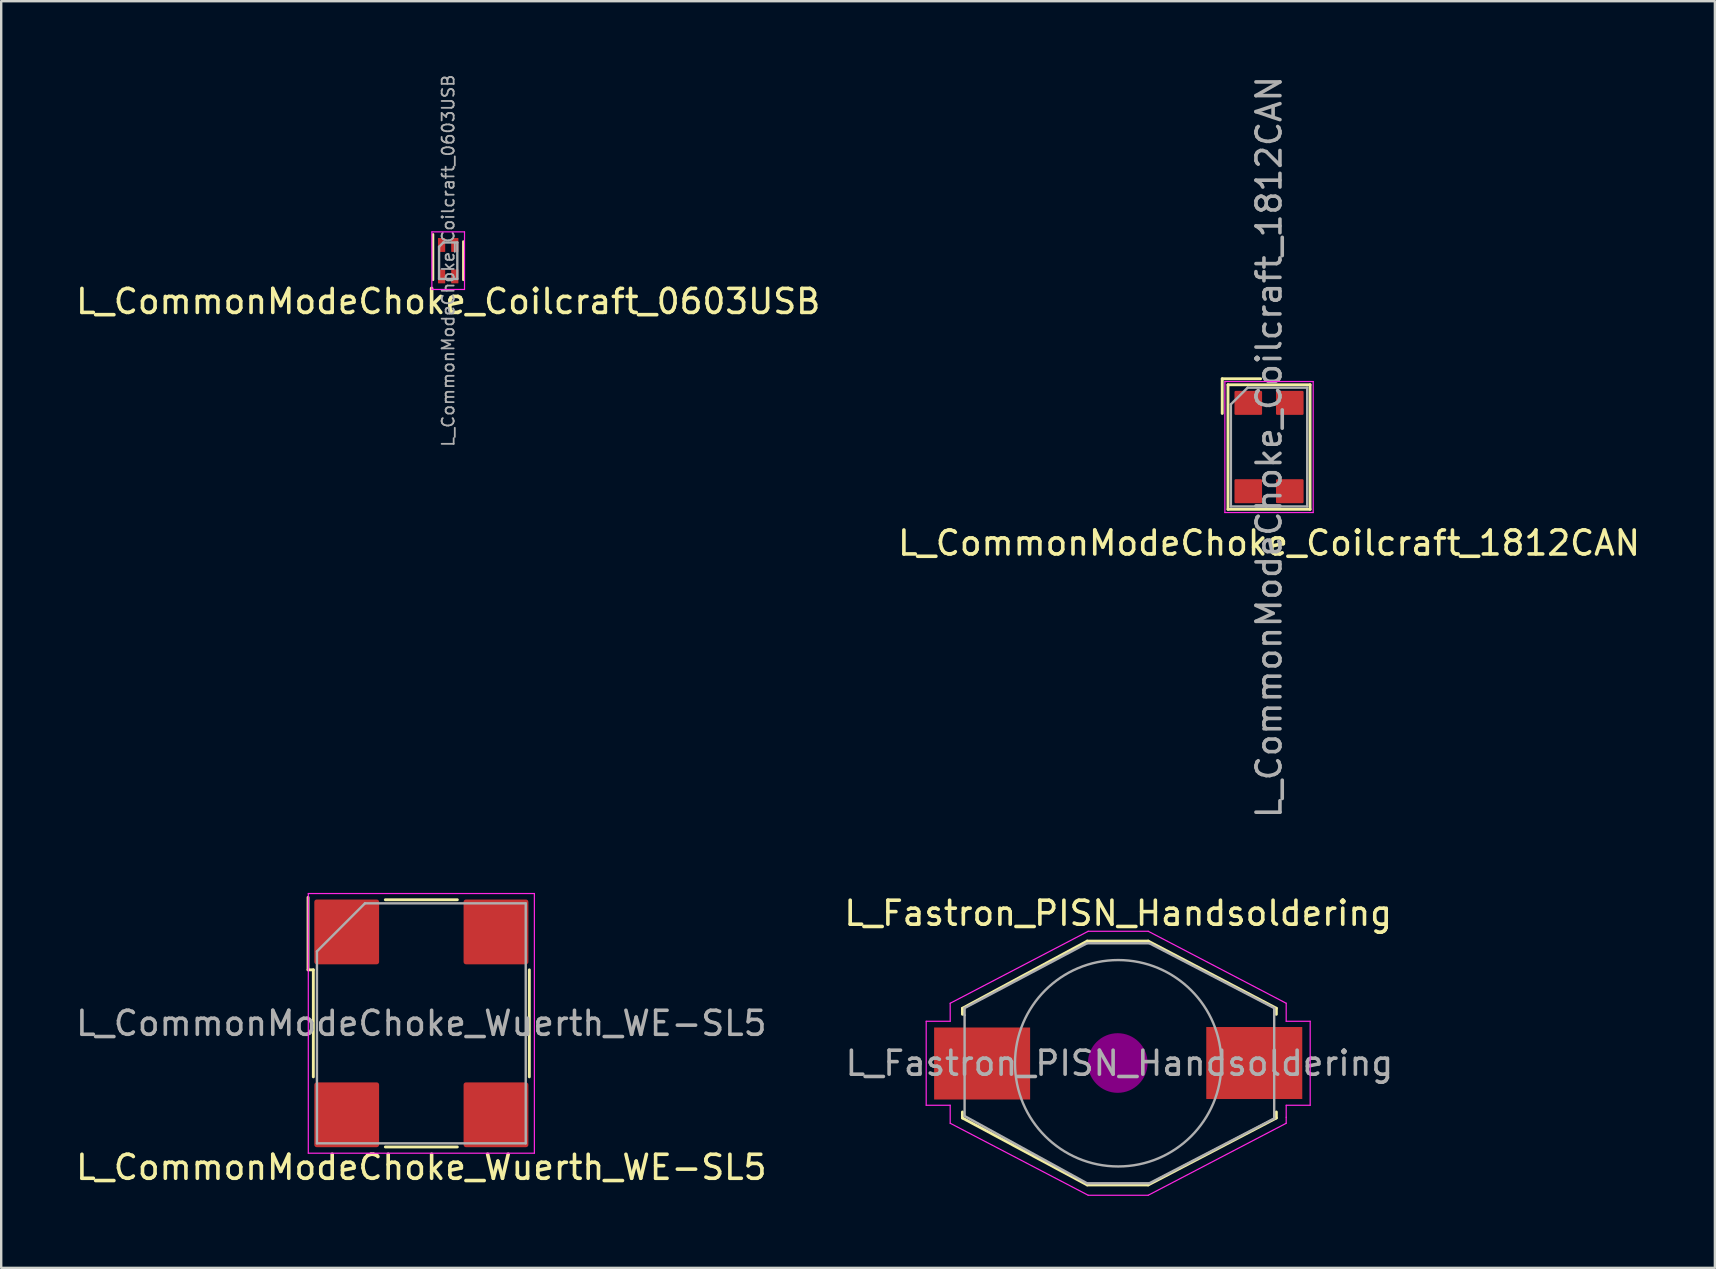
<source format=kicad_pcb>
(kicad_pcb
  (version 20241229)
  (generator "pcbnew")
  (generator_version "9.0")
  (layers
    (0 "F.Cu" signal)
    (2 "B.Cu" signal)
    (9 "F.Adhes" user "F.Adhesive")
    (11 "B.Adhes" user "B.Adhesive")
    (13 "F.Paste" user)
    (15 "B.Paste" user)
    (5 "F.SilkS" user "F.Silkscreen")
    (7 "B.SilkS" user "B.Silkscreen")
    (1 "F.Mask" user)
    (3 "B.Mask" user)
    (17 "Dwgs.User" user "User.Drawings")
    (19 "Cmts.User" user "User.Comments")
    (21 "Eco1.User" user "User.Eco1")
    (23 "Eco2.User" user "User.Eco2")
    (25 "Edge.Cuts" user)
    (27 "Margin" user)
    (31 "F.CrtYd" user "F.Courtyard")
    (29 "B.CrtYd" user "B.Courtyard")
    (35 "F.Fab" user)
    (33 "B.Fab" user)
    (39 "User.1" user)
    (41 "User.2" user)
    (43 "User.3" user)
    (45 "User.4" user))
  (footprint "L_CommonModeChoke_Wuerth_WE-SL5"
    (layer "F.Cu")
    (at 14.506 39.59)
    (property "Reference" "L_CommonModeChoke_Wuerth_WE-SL5" (at 0 6 0) (layer "F.SilkS") (effects (font (size 1 1) (thickness 0.15))))
    (attr smd)
    (fp_line (start -4.72 -2.23) (end -4.72 -5.25) (stroke (width 0.12) (type solid)) (layer "F.SilkS"))
    (fp_line (start -4.5 -2.23) (end -4.72 -2.23) (stroke (width 0.12) (type solid)) (layer "F.SilkS"))
    (fp_line (start -4.5 2.23) (end -4.5 -2.23) (stroke (width 0.12) (type solid)) (layer "F.SilkS"))
    (fp_line (start -1.5 -5.15) (end 1.5 -5.15) (stroke (width 0.12) (type solid)) (layer "F.SilkS"))
    (fp_line (start -1.5 5.15) (end 1.5 5.15) (stroke (width 0.12) (type solid)) (layer "F.SilkS"))
    (fp_line (start 4.5 2.23) (end 4.5 -2.23) (stroke (width 0.12) (type solid)) (layer "F.SilkS"))
    (fp_line (start -4.71 -5.41) (end 4.71 -5.41) (stroke (width 0.05) (type solid)) (layer "F.CrtYd"))
    (fp_line (start -4.71 5.41) (end -4.71 -5.41) (stroke (width 0.05) (type solid)) (layer "F.CrtYd"))
    (fp_line (start -4.71 5.41) (end 4.71 5.41) (stroke (width 0.05) (type solid)) (layer "F.CrtYd"))
    (fp_line (start 4.71 5.41) (end 4.71 -5.41) (stroke (width 0.05) (type solid)) (layer "F.CrtYd"))
    (fp_line (start -4.35 -3) (end -2.35 -5) (stroke (width 0.1) (type solid)) (layer "F.Fab"))
    (fp_line (start -4.35 5) (end -4.35 -3) (stroke (width 0.1) (type solid)) (layer "F.Fab"))
    (fp_line (start -2.35 -5) (end 4.35 -5) (stroke (width 0.1) (type solid)) (layer "F.Fab"))
    (fp_line (start 4.35 -5) (end 4.35 5) (stroke (width 0.1) (type solid)) (layer "F.Fab"))
    (fp_line (start 4.35 5) (end -4.35 5) (stroke (width 0.1) (type solid)) (layer "F.Fab"))
    (fp_text user "${REFERENCE}" (at 0 0 0) (layer "F.Fab") (effects (font (size 1 1) (thickness 0.15))))
    (pad "1" smd roundrect (at -3.11 -3.81 90) (size 2.7 2.7) (layers "F.Cu" "F.Mask" "F.Paste") (roundrect_rratio 0.037))
    (pad "2" smd roundrect (at -3.11 3.81 90) (size 2.7 2.7) (layers "F.Cu" "F.Mask" "F.Paste") (roundrect_rratio 0.037))
    (pad "3" smd roundrect (at 3.11 3.81 90) (size 2.7 2.7) (layers "F.Cu" "F.Mask" "F.Paste") (roundrect_rratio 0.037))
    (pad "4" smd roundrect (at 3.11 -3.81 90) (size 2.7 2.7) (layers "F.Cu" "F.Mask" "F.Paste") (roundrect_rratio 0.037)))
  (footprint "L_CommonModeChoke_Coilcraft_1812CAN"
    (layer "F.Cu")
    (at 49.827 15.577)
    (property "Reference" "L_CommonModeChoke_Coilcraft_1812CAN" (at 0 4 0) (layer "F.SilkS") (effects (font (size 1 1) (thickness 0.15))))
    (attr smd)
    (fp_line (start -1.95 -2.845) (end -1.95 -1.4) (stroke (width 0.12) (type solid)) (layer "F.SilkS"))
    (fp_line (start -1.95 -2.845) (end -0.35 -2.845) (stroke (width 0.12) (type solid)) (layer "F.SilkS"))
    (fp_line (start -1.71 -2.595) (end -1.71 2.595) (stroke (width 0.12) (type solid)) (layer "F.SilkS"))
    (fp_line (start -1.71 -2.595) (end 1.71 -2.595) (stroke (width 0.12) (type solid)) (layer "F.SilkS"))
    (fp_line (start -1.71 2.595) (end 1.71 2.595) (stroke (width 0.12) (type solid)) (layer "F.SilkS"))
    (fp_line (start 1.71 -2.595) (end 1.71 2.595) (stroke (width 0.12) (type solid)) (layer "F.SilkS"))
    (fp_line (start -1.84 -2.73) (end 1.84 -2.73) (stroke (width 0.05) (type solid)) (layer "F.CrtYd"))
    (fp_line (start -1.84 2.73) (end -1.84 -2.73) (stroke (width 0.05) (type solid)) (layer "F.CrtYd"))
    (fp_line (start -1.84 2.73) (end 1.84 2.73) (stroke (width 0.05) (type solid)) (layer "F.CrtYd"))
    (fp_line (start 1.84 2.73) (end 1.84 -2.73) (stroke (width 0.05) (type solid)) (layer "F.CrtYd"))
    (fp_line (start -1.59 -1.78) (end -1.59 2.475) (stroke (width 0.1) (type solid)) (layer "F.Fab"))
    (fp_line (start -1.59 -1.78) (end -0.89 -2.475) (stroke (width 0.1) (type solid)) (layer "F.Fab"))
    (fp_line (start -1.59 2.475) (end 1.59 2.475) (stroke (width 0.1) (type solid)) (layer "F.Fab"))
    (fp_line (start -0.89 -2.475) (end 1.59 -2.475) (stroke (width 0.1) (type solid)) (layer "F.Fab"))
    (fp_line (start 1.59 -2.475) (end 1.59 2.475) (stroke (width 0.1) (type solid)) (layer "F.Fab"))
    (fp_text user "${REFERENCE}" (at 0 0 90) (layer "F.Fab") (effects (font (size 1 1) (thickness 0.15))))
    (pad "1" smd roundrect (at -0.865 -1.84) (size 1.15 1) (layers "F.Cu" "F.Mask" "F.Paste") (roundrect_rratio 0.05))
    (pad "2" smd roundrect (at -0.865 1.84) (size 1.15 1) (layers "F.Cu" "F.Mask" "F.Paste") (roundrect_rratio 0.05))
    (pad "3" smd roundrect (at 0.865 1.84) (size 1.15 1) (layers "F.Cu" "F.Mask" "F.Paste") (roundrect_rratio 0.05))
    (pad "4" smd roundrect (at 0.865 -1.84) (size 1.15 1) (layers "F.Cu" "F.Mask" "F.Paste") (roundrect_rratio 0.05)))
  (footprint "L_CommonModeChoke_Coilcraft_0603USB"
    (layer "F.Cu")
    (at 15.625 7.812)
    (property "Reference" "L_CommonModeChoke_Coilcraft_0603USB" (at 0 1.7 0) (layer "F.SilkS") (effects (font (size 1 1) (thickness 0.15))))
    (attr smd)
    (fp_line (start -0.63 -1.1) (end -0.63 0.8) (stroke (width 0.1) (type solid)) (layer "F.SilkS"))
    (fp_line (start 0.63 0.8) (end 0.63 -0.8) (stroke (width 0.1) (type solid)) (layer "F.SilkS"))
    (fp_line (start -0.68 -1.2) (end 0.68 -1.2) (stroke (width 0.05) (type solid)) (layer "F.CrtYd"))
    (fp_line (start -0.68 1.2) (end -0.68 -1.2) (stroke (width 0.05) (type solid)) (layer "F.CrtYd"))
    (fp_line (start -0.68 1.2) (end 0.68 1.2) (stroke (width 0.05) (type solid)) (layer "F.CrtYd"))
    (fp_line (start 0.68 1.2) (end 0.68 -1.2) (stroke (width 0.05) (type solid)) (layer "F.CrtYd"))
    (fp_line (start -0.38 -0.58) (end -0.38 0.76) (stroke (width 0.1) (type solid)) (layer "F.Fab"))
    (fp_line (start -0.38 -0.58) (end -0.2 -0.76) (stroke (width 0.1) (type solid)) (layer "F.Fab"))
    (fp_line (start -0.38 0.76) (end 0.38 0.76) (stroke (width 0.1) (type solid)) (layer "F.Fab"))
    (fp_line (start -0.2 -0.76) (end 0.38 -0.76) (stroke (width 0.1) (type solid)) (layer "F.Fab"))
    (fp_line (start 0.38 -0.76) (end 0.38 0.76) (stroke (width 0.1) (type solid)) (layer "F.Fab"))
    (fp_text user "${REFERENCE}" (at 0 0 90) (layer "F.Fab") (effects (font (size 0.5 0.5) (thickness 0.075))))
    (pad "1" smd roundrect (at -0.275 -0.655) (size 0.3 0.58) (layers "F.Cu" "F.Mask" "F.Paste") (roundrect_rratio 0.05))
    (pad "2" smd roundrect (at -0.275 0.655) (size 0.3 0.58) (layers "F.Cu" "F.Mask" "F.Paste") (roundrect_rratio 0.05))
    (pad "3" smd roundrect (at 0.275 0.655) (size 0.3 0.58) (layers "F.Cu" "F.Mask" "F.Paste") (roundrect_rratio 0.05))
    (pad "4" smd roundrect (at 0.275 -0.655) (size 0.3 0.58) (layers "F.Cu" "F.Mask" "F.Paste") (roundrect_rratio 0.05)))
  (footprint "L_Fastron_PISN_Handsoldering"
    (layer "F.Cu")
    (at 43.542 41.253)
    (property "Reference" "L_Fastron_PISN_Handsoldering" (at 0 -6.25 0) (layer "F.SilkS") (effects (font (size 1 1) (thickness 0.15))))
    (attr smd)
    (fp_line (start -6.49 -2.29) (end -6.49 -2.04) (stroke (width 0.12) (type solid)) (layer "F.SilkS"))
    (fp_line (start -6.49 2.28) (end -6.49 2.03) (stroke (width 0.12) (type solid)) (layer "F.SilkS"))
    (fp_line (start -1.29 -5.09) (end -6.49 -2.29) (stroke (width 0.12) (type solid)) (layer "F.SilkS"))
    (fp_line (start -1.29 -5.09) (end 1.25 -5.09) (stroke (width 0.12) (type solid)) (layer "F.SilkS"))
    (fp_line (start -1.29 5.07) (end -6.49 2.28) (stroke (width 0.12) (type solid)) (layer "F.SilkS"))
    (fp_line (start -1.29 5.07) (end 1.25 5.07) (stroke (width 0.12) (type solid)) (layer "F.SilkS"))
    (fp_line (start 1.25 -5.09) (end 6.59 -2.29) (stroke (width 0.12) (type solid)) (layer "F.SilkS"))
    (fp_line (start 1.25 5.07) (end 6.59 2.28) (stroke (width 0.12) (type solid)) (layer "F.SilkS"))
    (fp_line (start 6.59 -2.29) (end 6.59 -2.04) (stroke (width 0.12) (type solid)) (layer "F.SilkS"))
    (fp_line (start 6.59 2.28) (end 6.59 2.03) (stroke (width 0.12) (type solid)) (layer "F.SilkS"))
    (fp_line (start -0.02 -0.26) (end -0.02 0.25) (stroke (width 0.38) (type solid)) (layer "F.Adhes"))
    (fp_circle (center -0.02 -0.01) (end -0.02 0.5) (stroke (width 0.38) (type solid)) (fill no) (layer "F.Adhes"))
    (fp_circle (center -0.02 -0.01) (end 0.24 -0.01) (stroke (width 0.38) (type solid)) (fill no) (layer "F.Adhes"))
    (fp_circle (center -0.02 -0.01) (end 0.24 0.76) (stroke (width 0.38) (type solid)) (fill no) (layer "F.Adhes"))
    (fp_circle (center -0.02 -0.01) (end 0.24 1.01) (stroke (width 0.38) (type solid)) (fill no) (layer "F.Adhes"))
    (fp_line (start -8 -1.75) (end -8 1.75) (stroke (width 0.05) (type solid)) (layer "F.CrtYd"))
    (fp_line (start -8 1.75) (end -7 1.75) (stroke (width 0.05) (type solid)) (layer "F.CrtYd"))
    (fp_line (start -7 -2.5) (end -7 -1.75) (stroke (width 0.05) (type solid)) (layer "F.CrtYd"))
    (fp_line (start -7 -2.5) (end -1.25 -5.5) (stroke (width 0.05) (type solid)) (layer "F.CrtYd"))
    (fp_line (start -7 -1.75) (end -8 -1.75) (stroke (width 0.05) (type solid)) (layer "F.CrtYd"))
    (fp_line (start -7 1.75) (end -7 2.5) (stroke (width 0.05) (type solid)) (layer "F.CrtYd"))
    (fp_line (start -1.25 -5.5) (end 1.25 -5.5) (stroke (width 0.05) (type solid)) (layer "F.CrtYd"))
    (fp_line (start -1.25 5.5) (end -7 2.5) (stroke (width 0.05) (type solid)) (layer "F.CrtYd"))
    (fp_line (start 1.25 -5.5) (end 7 -2.5) (stroke (width 0.05) (type solid)) (layer "F.CrtYd"))
    (fp_line (start 1.25 5.5) (end -1.25 5.5) (stroke (width 0.05) (type solid)) (layer "F.CrtYd"))
    (fp_line (start 7 -1.75) (end 7 -2.5) (stroke (width 0.05) (type solid)) (layer "F.CrtYd"))
    (fp_line (start 7 1.75) (end 8 1.75) (stroke (width 0.05) (type solid)) (layer "F.CrtYd"))
    (fp_line (start 7 2.25) (end 7 1.75) (stroke (width 0.05) (type solid)) (layer "F.CrtYd"))
    (fp_line (start 7 2.25) (end 7 2.5) (stroke (width 0.05) (type solid)) (layer "F.CrtYd"))
    (fp_line (start 7 2.5) (end 1.25 5.5) (stroke (width 0.05) (type solid)) (layer "F.CrtYd"))
    (fp_line (start 8 -1.75) (end 7 -1.75) (stroke (width 0.05) (type solid)) (layer "F.CrtYd"))
    (fp_line (start 8 1.75) (end 8 -1.75) (stroke (width 0.05) (type solid)) (layer "F.CrtYd"))
    (fp_line (start -6.4 -2.3) (end -1.3 -5) (stroke (width 0.1) (type solid)) (layer "F.Fab"))
    (fp_line (start -6.4 -2) (end -6.4 -2.3) (stroke (width 0.1) (type solid)) (layer "F.Fab"))
    (fp_line (start -6.4 -2) (end -6.4 2.2) (stroke (width 0.1) (type solid)) (layer "F.Fab"))
    (fp_line (start -6.4 2.2) (end -1.3 5) (stroke (width 0.1) (type solid)) (layer "F.Fab"))
    (fp_line (start -1.3 -5) (end 1.3 -5) (stroke (width 0.1) (type solid)) (layer "F.Fab"))
    (fp_line (start -1.3 5) (end 1.3 5) (stroke (width 0.1) (type solid)) (layer "F.Fab"))
    (fp_line (start 1.3 -5) (end 6.5 -2.3) (stroke (width 0.1) (type solid)) (layer "F.Fab"))
    (fp_line (start 1.3 5) (end 6.5 2.3) (stroke (width 0.1) (type solid)) (layer "F.Fab"))
    (fp_line (start 6.5 -2.3) (end 6.5 -2) (stroke (width 0.1) (type solid)) (layer "F.Fab"))
    (fp_line (start 6.5 2.3) (end 6.5 -2.2) (stroke (width 0.1) (type solid)) (layer "F.Fab"))
    (fp_circle (center 0 0) (end 0 -4.3) (stroke (width 0.1) (type solid)) (fill no) (layer "F.Fab"))
    (fp_text user "${REFERENCE}" (at 0.05 0 0) (layer "F.Fab") (effects (font (size 1 1) (thickness 0.15))))
    (pad "1" smd rect (at 5.67 -0.01) (size 4 3) (layers "F.Cu" "F.Mask" "F.Paste"))
    (pad "2" smd rect (at -5.67 0.01) (size 4 3) (layers "F.Cu" "F.Mask" "F.Paste")))
  (gr_rect
    (start -3 -3)
    (end 68.405 49.778)
    (stroke (width 0.1) (type default))
    (fill no)
    (layer "Edge.Cuts")))
</source>
